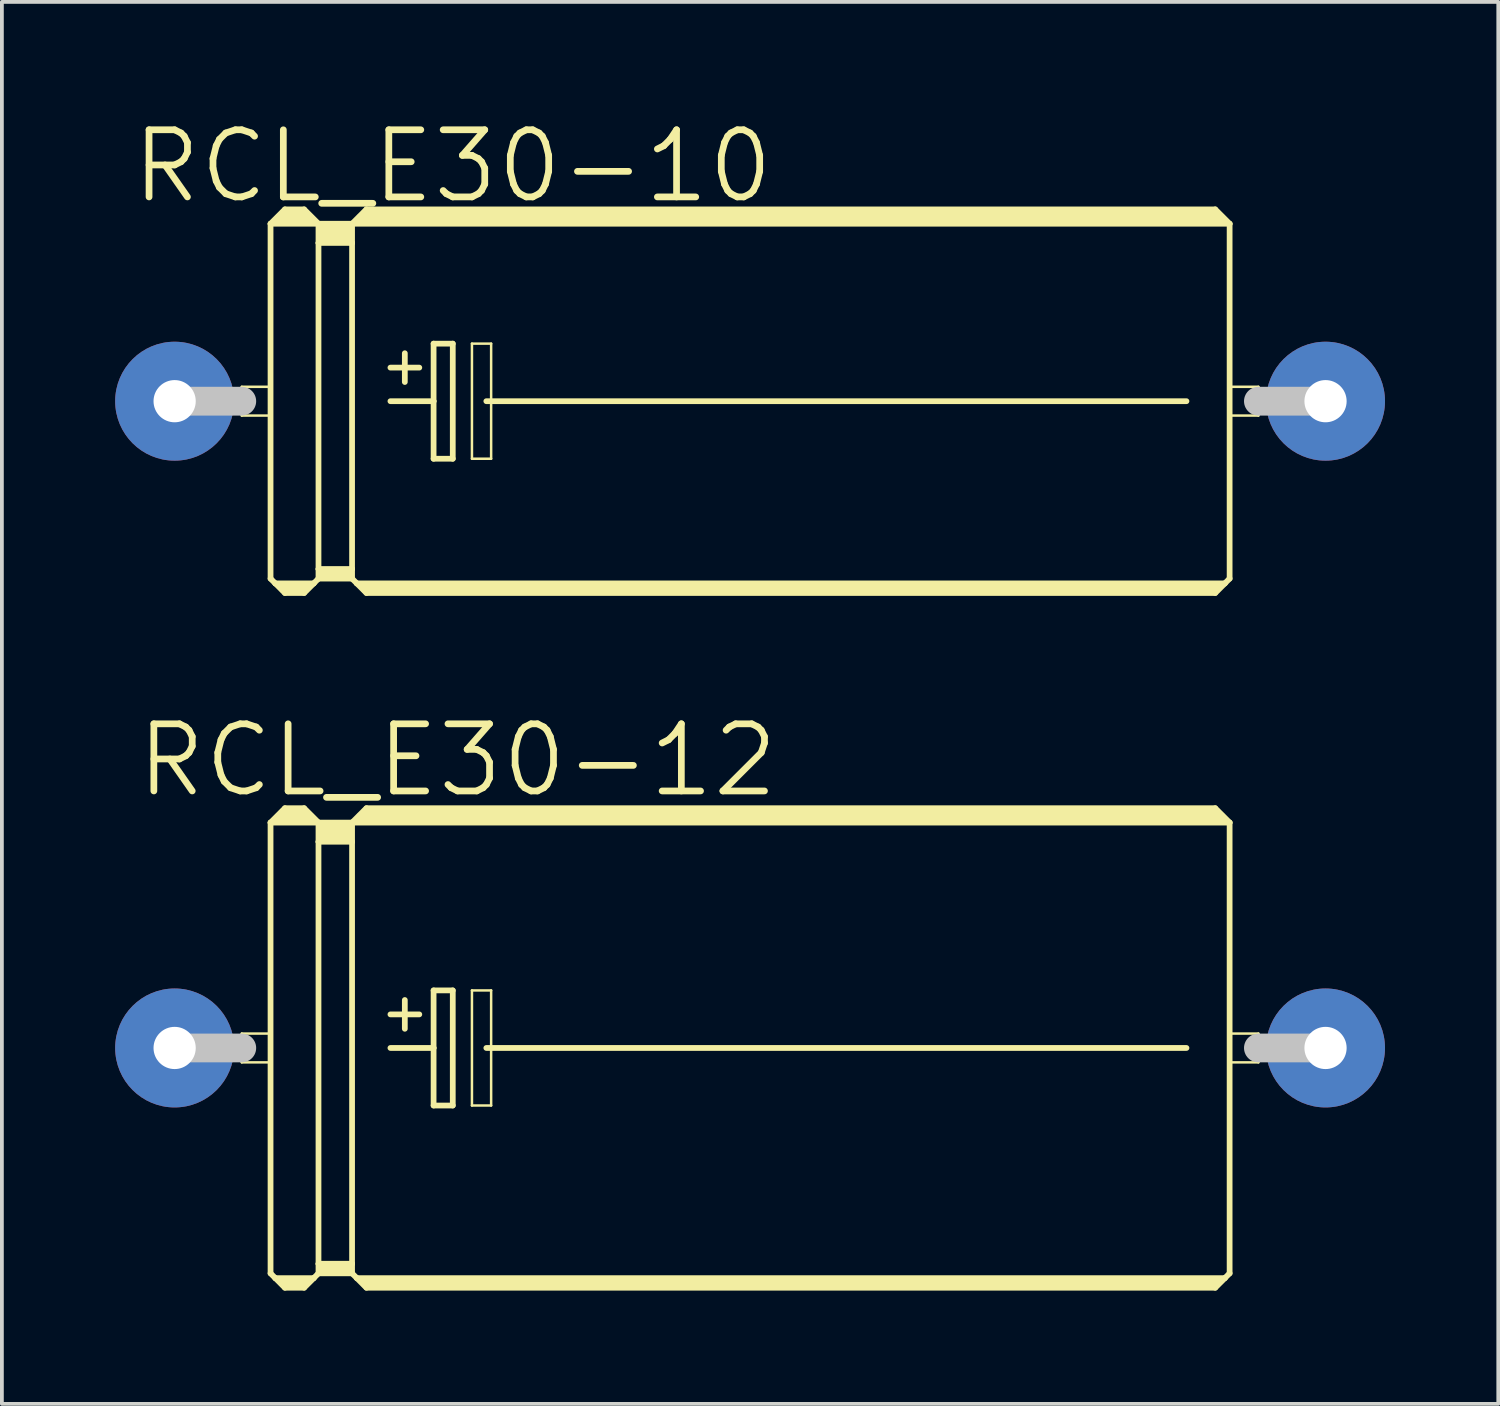
<source format=kicad_pcb>
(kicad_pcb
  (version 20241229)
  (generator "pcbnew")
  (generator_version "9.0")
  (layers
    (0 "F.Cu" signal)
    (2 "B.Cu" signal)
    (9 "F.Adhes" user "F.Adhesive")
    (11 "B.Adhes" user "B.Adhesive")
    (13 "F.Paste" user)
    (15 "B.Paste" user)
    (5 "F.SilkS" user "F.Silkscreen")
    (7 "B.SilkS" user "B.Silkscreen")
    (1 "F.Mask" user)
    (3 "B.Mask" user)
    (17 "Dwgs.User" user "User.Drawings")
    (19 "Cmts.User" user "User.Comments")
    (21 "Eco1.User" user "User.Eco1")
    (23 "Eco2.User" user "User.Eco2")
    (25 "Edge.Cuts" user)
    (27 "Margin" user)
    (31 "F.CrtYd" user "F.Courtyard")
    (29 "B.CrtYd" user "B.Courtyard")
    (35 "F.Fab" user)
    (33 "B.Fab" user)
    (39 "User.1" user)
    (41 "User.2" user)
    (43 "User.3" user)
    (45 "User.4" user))
  (footprint "RCL_E30-12"
    (layer "F.Cu")
    (at 16.815 24.704)
    (property "Reference" "RCL_E30-12" (at -7.747 -7.62 0) (layer "F.SilkS") (effects (font (size 1.778 1.778) (thickness 0.178))))
    (attr exclude_from_pos_files exclude_from_bom)
    (fp_line (start -13.462 -0.381) (end -12.7 -0.381) (stroke (width 0.066) (type solid)) (layer "F.SilkS"))
    (fp_line (start -13.462 0.381) (end -13.462 -0.381) (stroke (width 0.066) (type solid)) (layer "F.SilkS"))
    (fp_line (start -13.462 0.381) (end -12.7 0.381) (stroke (width 0.066) (type solid)) (layer "F.SilkS"))
    (fp_line (start -12.7 -5.969) (end -12.7 5.969) (stroke (width 0.152) (type solid)) (layer "F.SilkS"))
    (fp_line (start -12.7 -5.969) (end -12.319 -6.35) (stroke (width 0.152) (type solid)) (layer "F.SilkS"))
    (fp_line (start -12.7 -5.969) (end -11.43 -5.969) (stroke (width 0.152) (type solid)) (layer "F.SilkS"))
    (fp_line (start -12.7 0.381) (end -12.7 -0.381) (stroke (width 0.066) (type solid)) (layer "F.SilkS"))
    (fp_line (start -12.7 5.969) (end -12.573 6.096) (stroke (width 0.152) (type solid)) (layer "F.SilkS"))
    (fp_line (start -12.573 6.096) (end -12.319 6.35) (stroke (width 0.152) (type solid)) (layer "F.SilkS"))
    (fp_line (start -12.573 6.096) (end -11.557 6.096) (stroke (width 0.152) (type solid)) (layer "F.SilkS"))
    (fp_line (start -12.446 -6.096) (end -11.684 -6.096) (stroke (width 0.305) (type solid)) (layer "F.SilkS"))
    (fp_line (start -12.319 -6.35) (end -11.811 -6.35) (stroke (width 0.152) (type solid)) (layer "F.SilkS"))
    (fp_line (start -12.319 -6.223) (end -11.811 -6.223) (stroke (width 0.305) (type solid)) (layer "F.SilkS"))
    (fp_line (start -12.319 6.223) (end -11.811 6.223) (stroke (width 0.305) (type solid)) (layer "F.SilkS"))
    (fp_line (start -12.319 6.35) (end -11.811 6.35) (stroke (width 0.152) (type solid)) (layer "F.SilkS"))
    (fp_line (start -11.557 6.096) (end -11.811 6.35) (stroke (width 0.152) (type solid)) (layer "F.SilkS"))
    (fp_line (start -11.43 -5.969) (end -11.811 -6.35) (stroke (width 0.152) (type solid)) (layer "F.SilkS"))
    (fp_line (start -11.43 -5.969) (end -11.43 -5.461) (stroke (width 0.152) (type solid)) (layer "F.SilkS"))
    (fp_line (start -11.43 -5.969) (end -10.541 -5.969) (stroke (width 0.152) (type solid)) (layer "F.SilkS"))
    (fp_line (start -11.43 -5.461) (end -11.43 5.715) (stroke (width 0.152) (type solid)) (layer "F.SilkS"))
    (fp_line (start -11.43 -5.461) (end -10.541 -5.461) (stroke (width 0.152) (type solid)) (layer "F.SilkS"))
    (fp_line (start -11.43 5.715) (end -11.43 5.969) (stroke (width 0.152) (type solid)) (layer "F.SilkS"))
    (fp_line (start -11.43 5.715) (end -10.541 5.715) (stroke (width 0.152) (type solid)) (layer "F.SilkS"))
    (fp_line (start -11.43 5.969) (end -11.557 6.096) (stroke (width 0.152) (type solid)) (layer "F.SilkS"))
    (fp_line (start -11.43 5.969) (end -10.541 5.969) (stroke (width 0.152) (type solid)) (layer "F.SilkS"))
    (fp_line (start -11.303 -5.842) (end -10.668 -5.842) (stroke (width 0.305) (type solid)) (layer "F.SilkS"))
    (fp_line (start -11.303 -5.588) (end -10.668 -5.588) (stroke (width 0.305) (type solid)) (layer "F.SilkS"))
    (fp_line (start -11.303 5.842) (end -10.668 5.842) (stroke (width 0.305) (type solid)) (layer "F.SilkS"))
    (fp_line (start -10.541 -5.969) (end -10.541 -5.461) (stroke (width 0.152) (type solid)) (layer "F.SilkS"))
    (fp_line (start -10.541 -5.969) (end -10.16 -6.35) (stroke (width 0.152) (type solid)) (layer "F.SilkS"))
    (fp_line (start -10.541 -5.969) (end 12.7 -5.969) (stroke (width 0.152) (type solid)) (layer "F.SilkS"))
    (fp_line (start -10.541 -5.461) (end -10.541 5.715) (stroke (width 0.152) (type solid)) (layer "F.SilkS"))
    (fp_line (start -10.541 5.715) (end -10.541 5.969) (stroke (width 0.152) (type solid)) (layer "F.SilkS"))
    (fp_line (start -10.414 6.096) (end -10.541 5.969) (stroke (width 0.152) (type solid)) (layer "F.SilkS"))
    (fp_line (start -10.414 6.096) (end 12.573 6.096) (stroke (width 0.152) (type solid)) (layer "F.SilkS"))
    (fp_line (start -10.287 -6.096) (end 12.446 -6.096) (stroke (width 0.305) (type solid)) (layer "F.SilkS"))
    (fp_line (start -10.16 -6.223) (end 12.319 -6.223) (stroke (width 0.305) (type solid)) (layer "F.SilkS"))
    (fp_line (start -10.16 6.223) (end 12.319 6.223) (stroke (width 0.305) (type solid)) (layer "F.SilkS"))
    (fp_line (start -10.16 6.35) (end -10.414 6.096) (stroke (width 0.152) (type solid)) (layer "F.SilkS"))
    (fp_line (start -9.525 -0.889) (end -8.76 -0.889) (stroke (width 0.152) (type solid)) (layer "F.SilkS"))
    (fp_line (start -9.525 0) (end -8.382 0) (stroke (width 0.152) (type solid)) (layer "F.SilkS"))
    (fp_line (start -9.144 -1.27) (end -9.144 -0.508) (stroke (width 0.152) (type solid)) (layer "F.SilkS"))
    (fp_line (start -8.382 -1.524) (end -8.382 0) (stroke (width 0.152) (type solid)) (layer "F.SilkS"))
    (fp_line (start -8.382 0) (end -8.382 1.524) (stroke (width 0.152) (type solid)) (layer "F.SilkS"))
    (fp_line (start -8.382 1.524) (end -7.874 1.524) (stroke (width 0.152) (type solid)) (layer "F.SilkS"))
    (fp_line (start -7.874 -1.524) (end -8.382 -1.524) (stroke (width 0.152) (type solid)) (layer "F.SilkS"))
    (fp_line (start -7.874 1.524) (end -7.874 -1.524) (stroke (width 0.152) (type solid)) (layer "F.SilkS"))
    (fp_line (start -7.366 -1.524) (end -6.858 -1.524) (stroke (width 0.066) (type solid)) (layer "F.SilkS"))
    (fp_line (start -7.366 1.524) (end -7.366 -1.524) (stroke (width 0.066) (type solid)) (layer "F.SilkS"))
    (fp_line (start -7.366 1.524) (end -6.858 1.524) (stroke (width 0.066) (type solid)) (layer "F.SilkS"))
    (fp_line (start -6.985 0) (end 11.557 0) (stroke (width 0.152) (type solid)) (layer "F.SilkS"))
    (fp_line (start -6.858 1.524) (end -6.858 -1.524) (stroke (width 0.066) (type solid)) (layer "F.SilkS"))
    (fp_line (start 12.319 -6.35) (end -10.16 -6.35) (stroke (width 0.152) (type solid)) (layer "F.SilkS"))
    (fp_line (start 12.319 6.35) (end -10.16 6.35) (stroke (width 0.152) (type solid)) (layer "F.SilkS"))
    (fp_line (start 12.573 6.096) (end 12.319 6.35) (stroke (width 0.152) (type solid)) (layer "F.SilkS"))
    (fp_line (start 12.7 -5.969) (end 12.319 -6.35) (stroke (width 0.152) (type solid)) (layer "F.SilkS"))
    (fp_line (start 12.7 -5.969) (end 12.7 5.969) (stroke (width 0.152) (type solid)) (layer "F.SilkS"))
    (fp_line (start 12.7 -0.381) (end 13.462 -0.381) (stroke (width 0.066) (type solid)) (layer "F.SilkS"))
    (fp_line (start 12.7 0.381) (end 12.7 -0.381) (stroke (width 0.066) (type solid)) (layer "F.SilkS"))
    (fp_line (start 12.7 0.381) (end 13.462 0.381) (stroke (width 0.066) (type solid)) (layer "F.SilkS"))
    (fp_line (start 12.7 5.969) (end 12.573 6.096) (stroke (width 0.152) (type solid)) (layer "F.SilkS"))
    (fp_line (start 13.462 0.381) (end 13.462 -0.381) (stroke (width 0.066) (type solid)) (layer "F.SilkS"))
    (fp_line (start -15.24 0) (end -13.462 0) (stroke (width 0.762) (type solid)) (layer "Dwgs.User"))
    (fp_line (start 15.24 0) (end 13.462 0) (stroke (width 0.762) (type solid)) (layer "Dwgs.User"))
    (pad "+" thru_hole circle (at -15.24 0) (size 3.15 3.15) (drill 1.118) (layers "*.Cu" "*.Paste" "*.Mask"))
    (pad "-" thru_hole circle (at 15.24 0) (size 3.15 3.15) (drill 1.118) (layers "*.Cu" "*.Paste" "*.Mask")))
  (footprint "RCL_E30-10"
    (layer "F.Cu")
    (at 16.815 7.575)
    (property "Reference" "RCL_E30-10" (at -7.874 -6.223 0) (layer "F.SilkS") (effects (font (size 1.778 1.778) (thickness 0.178))))
    (attr exclude_from_pos_files exclude_from_bom)
    (fp_line (start -13.462 -0.381) (end -12.7 -0.381) (stroke (width 0.066) (type solid)) (layer "F.SilkS"))
    (fp_line (start -13.462 0.381) (end -13.462 -0.381) (stroke (width 0.066) (type solid)) (layer "F.SilkS"))
    (fp_line (start -13.462 0.381) (end -12.7 0.381) (stroke (width 0.066) (type solid)) (layer "F.SilkS"))
    (fp_line (start -12.7 -4.699) (end -12.7 4.699) (stroke (width 0.152) (type solid)) (layer "F.SilkS"))
    (fp_line (start -12.7 -4.699) (end -12.319 -5.08) (stroke (width 0.152) (type solid)) (layer "F.SilkS"))
    (fp_line (start -12.7 -4.699) (end -11.43 -4.699) (stroke (width 0.152) (type solid)) (layer "F.SilkS"))
    (fp_line (start -12.7 0.381) (end -12.7 -0.381) (stroke (width 0.066) (type solid)) (layer "F.SilkS"))
    (fp_line (start -12.7 4.699) (end -12.573 4.826) (stroke (width 0.152) (type solid)) (layer "F.SilkS"))
    (fp_line (start -12.573 4.826) (end -12.319 5.08) (stroke (width 0.152) (type solid)) (layer "F.SilkS"))
    (fp_line (start -12.573 4.826) (end -11.557 4.826) (stroke (width 0.152) (type solid)) (layer "F.SilkS"))
    (fp_line (start -12.446 -4.826) (end -11.684 -4.826) (stroke (width 0.305) (type solid)) (layer "F.SilkS"))
    (fp_line (start -12.319 -5.08) (end -11.811 -5.08) (stroke (width 0.152) (type solid)) (layer "F.SilkS"))
    (fp_line (start -12.319 -4.953) (end -11.811 -4.953) (stroke (width 0.305) (type solid)) (layer "F.SilkS"))
    (fp_line (start -12.319 4.953) (end -11.811 4.953) (stroke (width 0.305) (type solid)) (layer "F.SilkS"))
    (fp_line (start -12.319 5.08) (end -11.811 5.08) (stroke (width 0.152) (type solid)) (layer "F.SilkS"))
    (fp_line (start -11.557 4.826) (end -11.811 5.08) (stroke (width 0.152) (type solid)) (layer "F.SilkS"))
    (fp_line (start -11.43 -4.699) (end -11.811 -5.08) (stroke (width 0.152) (type solid)) (layer "F.SilkS"))
    (fp_line (start -11.43 -4.699) (end -11.43 -4.191) (stroke (width 0.152) (type solid)) (layer "F.SilkS"))
    (fp_line (start -11.43 -4.699) (end -10.541 -4.699) (stroke (width 0.152) (type solid)) (layer "F.SilkS"))
    (fp_line (start -11.43 -4.191) (end -11.43 4.445) (stroke (width 0.152) (type solid)) (layer "F.SilkS"))
    (fp_line (start -11.43 -4.191) (end -10.541 -4.191) (stroke (width 0.152) (type solid)) (layer "F.SilkS"))
    (fp_line (start -11.43 4.445) (end -11.43 4.699) (stroke (width 0.152) (type solid)) (layer "F.SilkS"))
    (fp_line (start -11.43 4.445) (end -10.541 4.445) (stroke (width 0.152) (type solid)) (layer "F.SilkS"))
    (fp_line (start -11.43 4.699) (end -11.557 4.826) (stroke (width 0.152) (type solid)) (layer "F.SilkS"))
    (fp_line (start -11.43 4.699) (end -10.541 4.699) (stroke (width 0.152) (type solid)) (layer "F.SilkS"))
    (fp_line (start -11.303 -4.572) (end -10.668 -4.572) (stroke (width 0.305) (type solid)) (layer "F.SilkS"))
    (fp_line (start -11.303 -4.318) (end -10.668 -4.318) (stroke (width 0.305) (type solid)) (layer "F.SilkS"))
    (fp_line (start -11.303 4.572) (end -10.668 4.572) (stroke (width 0.305) (type solid)) (layer "F.SilkS"))
    (fp_line (start -10.541 -4.699) (end -10.541 -4.191) (stroke (width 0.152) (type solid)) (layer "F.SilkS"))
    (fp_line (start -10.541 -4.699) (end -10.16 -5.08) (stroke (width 0.152) (type solid)) (layer "F.SilkS"))
    (fp_line (start -10.541 -4.699) (end 12.7 -4.699) (stroke (width 0.152) (type solid)) (layer "F.SilkS"))
    (fp_line (start -10.541 -4.191) (end -10.541 4.445) (stroke (width 0.152) (type solid)) (layer "F.SilkS"))
    (fp_line (start -10.541 4.445) (end -10.541 4.699) (stroke (width 0.152) (type solid)) (layer "F.SilkS"))
    (fp_line (start -10.414 4.826) (end -10.541 4.699) (stroke (width 0.152) (type solid)) (layer "F.SilkS"))
    (fp_line (start -10.414 4.826) (end 12.573 4.826) (stroke (width 0.152) (type solid)) (layer "F.SilkS"))
    (fp_line (start -10.287 -4.826) (end 12.446 -4.826) (stroke (width 0.305) (type solid)) (layer "F.SilkS"))
    (fp_line (start -10.16 -4.953) (end 12.319 -4.953) (stroke (width 0.305) (type solid)) (layer "F.SilkS"))
    (fp_line (start -10.16 4.953) (end 12.319 4.953) (stroke (width 0.305) (type solid)) (layer "F.SilkS"))
    (fp_line (start -10.16 5.08) (end -10.414 4.826) (stroke (width 0.152) (type solid)) (layer "F.SilkS"))
    (fp_line (start -9.525 -0.889) (end -8.76 -0.889) (stroke (width 0.152) (type solid)) (layer "F.SilkS"))
    (fp_line (start -9.525 0) (end -8.382 0) (stroke (width 0.152) (type solid)) (layer "F.SilkS"))
    (fp_line (start -9.144 -1.27) (end -9.144 -0.508) (stroke (width 0.152) (type solid)) (layer "F.SilkS"))
    (fp_line (start -8.382 -1.524) (end -8.382 0) (stroke (width 0.152) (type solid)) (layer "F.SilkS"))
    (fp_line (start -8.382 0) (end -8.382 1.524) (stroke (width 0.152) (type solid)) (layer "F.SilkS"))
    (fp_line (start -8.382 1.524) (end -7.874 1.524) (stroke (width 0.152) (type solid)) (layer "F.SilkS"))
    (fp_line (start -7.874 -1.524) (end -8.382 -1.524) (stroke (width 0.152) (type solid)) (layer "F.SilkS"))
    (fp_line (start -7.874 1.524) (end -7.874 -1.524) (stroke (width 0.152) (type solid)) (layer "F.SilkS"))
    (fp_line (start -7.366 -1.524) (end -6.858 -1.524) (stroke (width 0.066) (type solid)) (layer "F.SilkS"))
    (fp_line (start -7.366 1.524) (end -7.366 -1.524) (stroke (width 0.066) (type solid)) (layer "F.SilkS"))
    (fp_line (start -7.366 1.524) (end -6.858 1.524) (stroke (width 0.066) (type solid)) (layer "F.SilkS"))
    (fp_line (start -6.985 0) (end 11.557 0) (stroke (width 0.152) (type solid)) (layer "F.SilkS"))
    (fp_line (start -6.858 1.524) (end -6.858 -1.524) (stroke (width 0.066) (type solid)) (layer "F.SilkS"))
    (fp_line (start 12.319 -5.08) (end -10.16 -5.08) (stroke (width 0.152) (type solid)) (layer "F.SilkS"))
    (fp_line (start 12.319 5.08) (end -10.16 5.08) (stroke (width 0.152) (type solid)) (layer "F.SilkS"))
    (fp_line (start 12.573 4.826) (end 12.319 5.08) (stroke (width 0.152) (type solid)) (layer "F.SilkS"))
    (fp_line (start 12.7 -4.699) (end 12.319 -5.08) (stroke (width 0.152) (type solid)) (layer "F.SilkS"))
    (fp_line (start 12.7 -4.699) (end 12.7 4.699) (stroke (width 0.152) (type solid)) (layer "F.SilkS"))
    (fp_line (start 12.7 -0.381) (end 13.462 -0.381) (stroke (width 0.066) (type solid)) (layer "F.SilkS"))
    (fp_line (start 12.7 0.381) (end 12.7 -0.381) (stroke (width 0.066) (type solid)) (layer "F.SilkS"))
    (fp_line (start 12.7 0.381) (end 13.462 0.381) (stroke (width 0.066) (type solid)) (layer "F.SilkS"))
    (fp_line (start 12.7 4.699) (end 12.573 4.826) (stroke (width 0.152) (type solid)) (layer "F.SilkS"))
    (fp_line (start 13.462 0.381) (end 13.462 -0.381) (stroke (width 0.066) (type solid)) (layer "F.SilkS"))
    (fp_line (start -15.24 0) (end -13.462 0) (stroke (width 0.762) (type solid)) (layer "Dwgs.User"))
    (fp_line (start 15.24 0) (end 13.462 0) (stroke (width 0.762) (type solid)) (layer "Dwgs.User"))
    (pad "+" thru_hole circle (at -15.24 0) (size 3.15 3.15) (drill 1.118) (layers "*.Cu" "*.Paste" "*.Mask"))
    (pad "-" thru_hole circle (at 15.24 0) (size 3.15 3.15) (drill 1.118) (layers "*.Cu" "*.Paste" "*.Mask")))
  (gr_rect
    (start -3 -3)
    (end 36.63 34.13)
    (stroke (width 0.1) (type default))
    (fill no)
    (layer "Edge.Cuts")))
</source>
